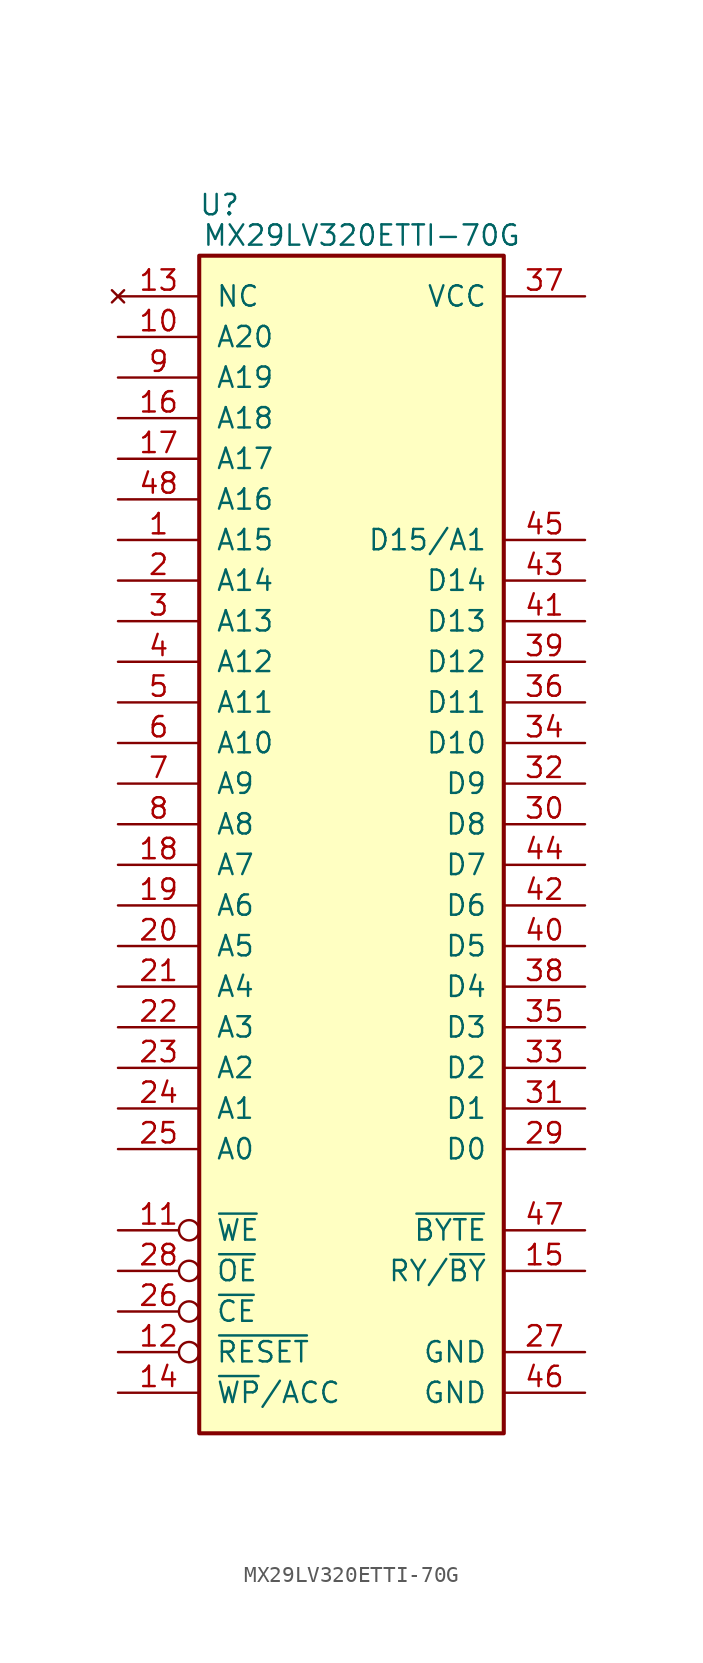
<source format=kicad_sym>
(kicad_symbol_lib
  (version 20211014)
  (generator kicad_symbol_editor)
  (symbol "MX29LV320ETTI-70G"
    (pin_names
      (offset 1.016))
    (property "Reference" "U"
      (at 1.27 3.175 0)
      (effects (font (size 1.27 1.27))))
    (property "Value" "MX29LV320ETTI-70G"
      (at 10.16 1.27 0)
      (effects (font (size 1.27 1.27))))
    (symbol "MX29LV320ETTI-70G_0_0"
      (pin power_in line (at 24.13 -2.54 180) (length 5.08) (name "VCC" (effects (font (size 1.27 1.27)))) (number "37" (effects (font (size 1.27 1.27))))))
    (symbol "MX29LV320ETTI-70G_0_1"
      (rectangle (start 19.05 -73.66) (end 0 0) (stroke (width 0.254) (type default) (color 0 0 0 0)) (fill (type background))))
    (symbol "MX29LV320ETTI-70G_1_0"
      (pin power_in line (at 24.13 -68.58 180) (length 5.08) (name "GND" (effects (font (size 1.27 1.27)))) (number "27" (effects (font (size 1.27 1.27)))))
      (pin power_in line (at 24.13 -71.12 180) (length 5.08) (name "GND" (effects (font (size 1.27 1.27)))) (number "46" (effects (font (size 1.27 1.27))))))
    (symbol "MX29LV320ETTI-70G_1_1"
      (pin input line (at -5.08 -17.78 0) (length 5.08) (name "A15" (effects (font (size 1.27 1.27)))) (number "1" (effects (font (size 1.27 1.27)))))
      (pin input line (at -5.08 -5.08 0) (length 5.08) (name "A20" (effects (font (size 1.27 1.27)))) (number "10" (effects (font (size 1.27 1.27)))))
      (pin input inverted (at -5.08 -60.96 0) (length 5.08) (name "~{WE}" (effects (font (size 1.27 1.27)))) (number "11" (effects (font (size 1.27 1.27)))))
      (pin input inverted (at -5.08 -68.58 0) (length 5.08) (name "~{RESET}" (effects (font (size 1.27 1.27)))) (number "12" (effects (font (size 1.27 1.27)))))
      (pin no_connect line (at -5.08 -2.54 0) (length 5.08) (name "NC" (effects (font (size 1.27 1.27)))) (number "13" (effects (font (size 1.27 1.27)))))
      (pin input line (at -5.08 -71.12 0) (length 5.08) (name "~{WP}/ACC" (effects (font (size 1.27 1.27)))) (number "14" (effects (font (size 1.27 1.27)))))
      (pin output line (at 24.13 -63.5 180) (length 5.08) (name "RY/~{BY}" (effects (font (size 1.27 1.27)))) (number "15" (effects (font (size 1.27 1.27)))))
      (pin input line (at -5.08 -10.16 0) (length 5.08) (name "A18" (effects (font (size 1.27 1.27)))) (number "16" (effects (font (size 1.27 1.27)))))
      (pin input line (at -5.08 -12.7 0) (length 5.08) (name "A17" (effects (font (size 1.27 1.27)))) (number "17" (effects (font (size 1.27 1.27)))))
      (pin input line (at -5.08 -38.1 0) (length 5.08) (name "A7" (effects (font (size 1.27 1.27)))) (number "18" (effects (font (size 1.27 1.27)))))
      (pin input line (at -5.08 -40.64 0) (length 5.08) (name "A6" (effects (font (size 1.27 1.27)))) (number "19" (effects (font (size 1.27 1.27)))))
      (pin input line (at -5.08 -20.32 0) (length 5.08) (name "A14" (effects (font (size 1.27 1.27)))) (number "2" (effects (font (size 1.27 1.27)))))
      (pin input line (at -5.08 -43.18 0) (length 5.08) (name "A5" (effects (font (size 1.27 1.27)))) (number "20" (effects (font (size 1.27 1.27)))))
      (pin input line (at -5.08 -45.72 0) (length 5.08) (name "A4" (effects (font (size 1.27 1.27)))) (number "21" (effects (font (size 1.27 1.27)))))
      (pin input line (at -5.08 -48.26 0) (length 5.08) (name "A3" (effects (font (size 1.27 1.27)))) (number "22" (effects (font (size 1.27 1.27)))))
      (pin input line (at -5.08 -50.8 0) (length 5.08) (name "A2" (effects (font (size 1.27 1.27)))) (number "23" (effects (font (size 1.27 1.27)))))
      (pin input line (at -5.08 -53.34 0) (length 5.08) (name "A1" (effects (font (size 1.27 1.27)))) (number "24" (effects (font (size 1.27 1.27)))))
      (pin input line (at -5.08 -55.88 0) (length 5.08) (name "A0" (effects (font (size 1.27 1.27)))) (number "25" (effects (font (size 1.27 1.27)))))
      (pin input inverted (at -5.08 -66.04 0) (length 5.08) (name "~{CE}" (effects (font (size 1.27 1.27)))) (number "26" (effects (font (size 1.27 1.27)))))
      (pin input inverted (at -5.08 -63.5 0) (length 5.08) (name "~{OE}" (effects (font (size 1.27 1.27)))) (number "28" (effects (font (size 1.27 1.27)))))
      (pin tri_state line (at 24.13 -55.88 180) (length 5.08) (name "D0" (effects (font (size 1.27 1.27)))) (number "29" (effects (font (size 1.27 1.27)))))
      (pin input line (at -5.08 -22.86 0) (length 5.08) (name "A13" (effects (font (size 1.27 1.27)))) (number "3" (effects (font (size 1.27 1.27)))))
      (pin tri_state line (at 24.13 -35.56 180) (length 5.08) (name "D8" (effects (font (size 1.27 1.27)))) (number "30" (effects (font (size 1.27 1.27)))))
      (pin tri_state line (at 24.13 -53.34 180) (length 5.08) (name "D1" (effects (font (size 1.27 1.27)))) (number "31" (effects (font (size 1.27 1.27)))))
      (pin tri_state line (at 24.13 -33.02 180) (length 5.08) (name "D9" (effects (font (size 1.27 1.27)))) (number "32" (effects (font (size 1.27 1.27)))))
      (pin tri_state line (at 24.13 -50.8 180) (length 5.08) (name "D2" (effects (font (size 1.27 1.27)))) (number "33" (effects (font (size 1.27 1.27)))))
      (pin tri_state line (at 24.13 -30.48 180) (length 5.08) (name "D10" (effects (font (size 1.27 1.27)))) (number "34" (effects (font (size 1.27 1.27)))))
      (pin tri_state line (at 24.13 -48.26 180) (length 5.08) (name "D3" (effects (font (size 1.27 1.27)))) (number "35" (effects (font (size 1.27 1.27)))))
      (pin tri_state line (at 24.13 -27.94 180) (length 5.08) (name "D11" (effects (font (size 1.27 1.27)))) (number "36" (effects (font (size 1.27 1.27)))))
      (pin tri_state line (at 24.13 -45.72 180) (length 5.08) (name "D4" (effects (font (size 1.27 1.27)))) (number "38" (effects (font (size 1.27 1.27)))))
      (pin tri_state line (at 24.13 -25.4 180) (length 5.08) (name "D12" (effects (font (size 1.27 1.27)))) (number "39" (effects (font (size 1.27 1.27)))))
      (pin input line (at -5.08 -25.4 0) (length 5.08) (name "A12" (effects (font (size 1.27 1.27)))) (number "4" (effects (font (size 1.27 1.27)))))
      (pin tri_state line (at 24.13 -43.18 180) (length 5.08) (name "D5" (effects (font (size 1.27 1.27)))) (number "40" (effects (font (size 1.27 1.27)))))
      (pin tri_state line (at 24.13 -22.86 180) (length 5.08) (name "D13" (effects (font (size 1.27 1.27)))) (number "41" (effects (font (size 1.27 1.27)))))
      (pin tri_state line (at 24.13 -40.64 180) (length 5.08) (name "D6" (effects (font (size 1.27 1.27)))) (number "42" (effects (font (size 1.27 1.27)))))
      (pin tri_state line (at 24.13 -20.32 180) (length 5.08) (name "D14" (effects (font (size 1.27 1.27)))) (number "43" (effects (font (size 1.27 1.27)))))
      (pin tri_state line (at 24.13 -38.1 180) (length 5.08) (name "D7" (effects (font (size 1.27 1.27)))) (number "44" (effects (font (size 1.27 1.27)))))
      (pin tri_state line (at 24.13 -17.78 180) (length 5.08) (name "D15/A1" (effects (font (size 1.27 1.27)))) (number "45" (effects (font (size 1.27 1.27)))))
      (pin input line (at 24.13 -60.96 180) (length 5.08) (name "~{BYTE}" (effects (font (size 1.27 1.27)))) (number "47" (effects (font (size 1.27 1.27)))))
      (pin input line (at -5.08 -15.24 0) (length 5.08) (name "A16" (effects (font (size 1.27 1.27)))) (number "48" (effects (font (size 1.27 1.27)))))
      (pin input line (at -5.08 -27.94 0) (length 5.08) (name "A11" (effects (font (size 1.27 1.27)))) (number "5" (effects (font (size 1.27 1.27)))))
      (pin input line (at -5.08 -30.48 0) (length 5.08) (name "A10" (effects (font (size 1.27 1.27)))) (number "6" (effects (font (size 1.27 1.27)))))
      (pin input line (at -5.08 -33.02 0) (length 5.08) (name "A9" (effects (font (size 1.27 1.27)))) (number "7" (effects (font (size 1.27 1.27)))))
      (pin input line (at -5.08 -35.56 0) (length 5.08) (name "A8" (effects (font (size 1.27 1.27)))) (number "8" (effects (font (size 1.27 1.27)))))
      (pin input line (at -5.08 -7.62 0) (length 5.08) (name "A19" (effects (font (size 1.27 1.27)))) (number "9" (effects (font (size 1.27 1.27))))))))
</source>
